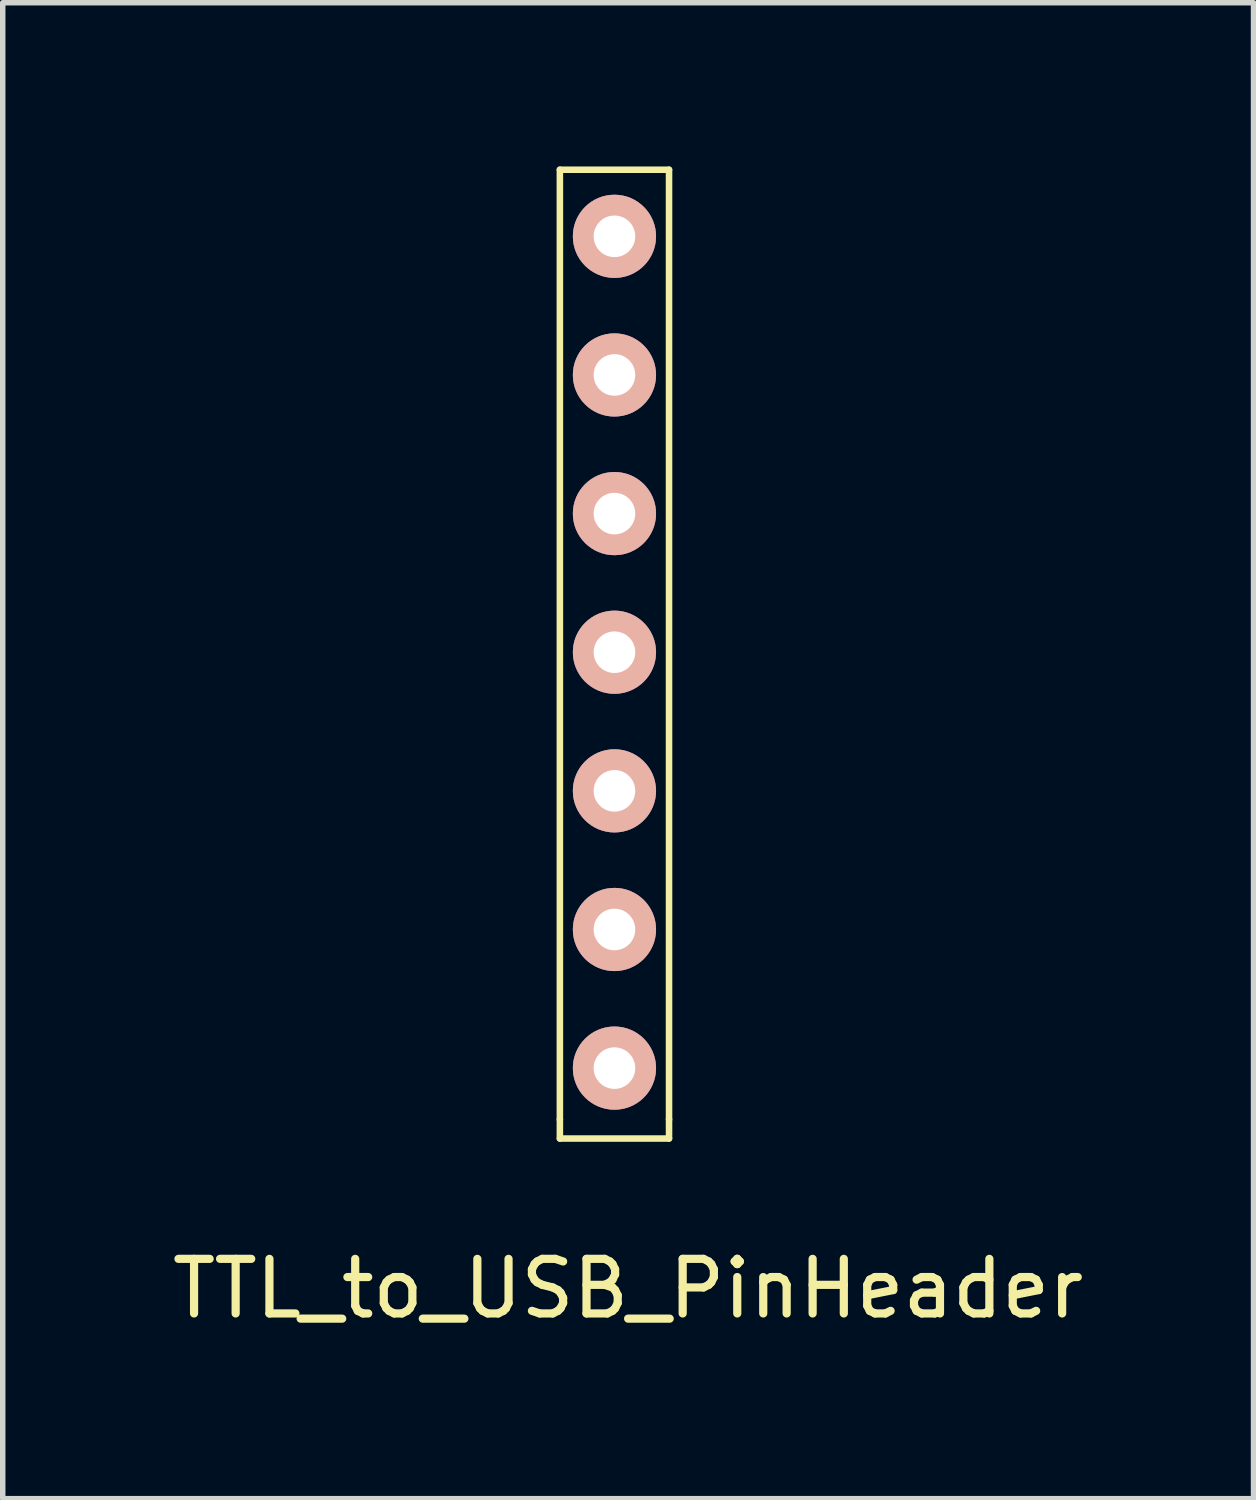
<source format=kicad_pcb>
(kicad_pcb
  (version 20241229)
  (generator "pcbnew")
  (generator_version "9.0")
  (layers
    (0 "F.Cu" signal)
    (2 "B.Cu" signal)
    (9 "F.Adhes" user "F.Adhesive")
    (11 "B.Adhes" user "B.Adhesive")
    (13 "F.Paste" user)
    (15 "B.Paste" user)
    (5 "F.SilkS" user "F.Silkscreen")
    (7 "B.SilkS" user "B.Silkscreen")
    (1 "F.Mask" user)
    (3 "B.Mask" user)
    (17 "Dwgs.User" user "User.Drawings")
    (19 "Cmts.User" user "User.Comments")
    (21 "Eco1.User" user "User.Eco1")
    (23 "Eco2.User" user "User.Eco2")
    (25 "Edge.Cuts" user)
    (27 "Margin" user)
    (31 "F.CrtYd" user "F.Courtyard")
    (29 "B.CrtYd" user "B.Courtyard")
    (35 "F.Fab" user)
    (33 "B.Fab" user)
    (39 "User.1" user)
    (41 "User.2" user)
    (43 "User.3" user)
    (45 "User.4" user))
  (footprint "TTL_to_USB_PinHeader"
    (layer "F.Cu")
    (at 8.208 19.06)
    (property "Reference" "TTL_to_USB_PinHeader" (at 0.25 1.5 0) (layer "F.SilkS") (effects (font (size 1 1) (thickness 0.15))))
    (attr through_hole)
    (fp_line (start -1 -19) (end -1 -1.6) (stroke (width 0.12) (type solid)) (layer "F.SilkS"))
    (fp_line (start -1 -1.25) (end -1 -1.6) (stroke (width 0.12) (type solid)) (layer "F.SilkS"))
    (fp_line (start -1 -1.25) (end 1 -1.25) (stroke (width 0.12) (type solid)) (layer "F.SilkS"))
    (fp_line (start 1 -19) (end -1 -19) (stroke (width 0.12) (type solid)) (layer "F.SilkS"))
    (fp_line (start 1 -1.6) (end 1 -19) (stroke (width 0.12) (type solid)) (layer "F.SilkS"))
    (fp_line (start 1 -1.25) (end 1 -1.6) (stroke (width 0.12) (type solid)) (layer "F.SilkS"))
    (pad "1" thru_hole circle (at 0 -2.54) (size 1.524 1.524) (drill 0.762) (layers "*.Cu" "*.Mask" "B.SilkS"))
    (pad "2" thru_hole circle (at 0 -5.08) (size 1.524 1.524) (drill 0.762) (layers "*.Cu" "*.Mask" "B.SilkS"))
    (pad "3" thru_hole circle (at 0 -7.62) (size 1.524 1.524) (drill 0.762) (layers "*.Cu" "*.Mask" "B.SilkS"))
    (pad "4" thru_hole circle (at 0 -10.16) (size 1.524 1.524) (drill 0.762) (layers "*.Cu" "*.Mask" "B.SilkS"))
    (pad "5" thru_hole circle (at 0 -12.7) (size 1.524 1.524) (drill 0.762) (layers "*.Cu" "*.Mask" "B.SilkS"))
    (pad "6" thru_hole circle (at 0 -15.24) (size 1.524 1.524) (drill 0.762) (layers "*.Cu" "*.Mask" "B.SilkS"))
    (pad "7" thru_hole circle (at 0 -17.78) (size 1.524 1.524) (drill 0.762) (layers "*.Cu" "*.Mask" "B.SilkS")))
  (gr_rect
    (start -3 -3)
    (end 19.917 24.408)
    (stroke (width 0.1) (type default))
    (fill no)
    (layer "Edge.Cuts")))
</source>
